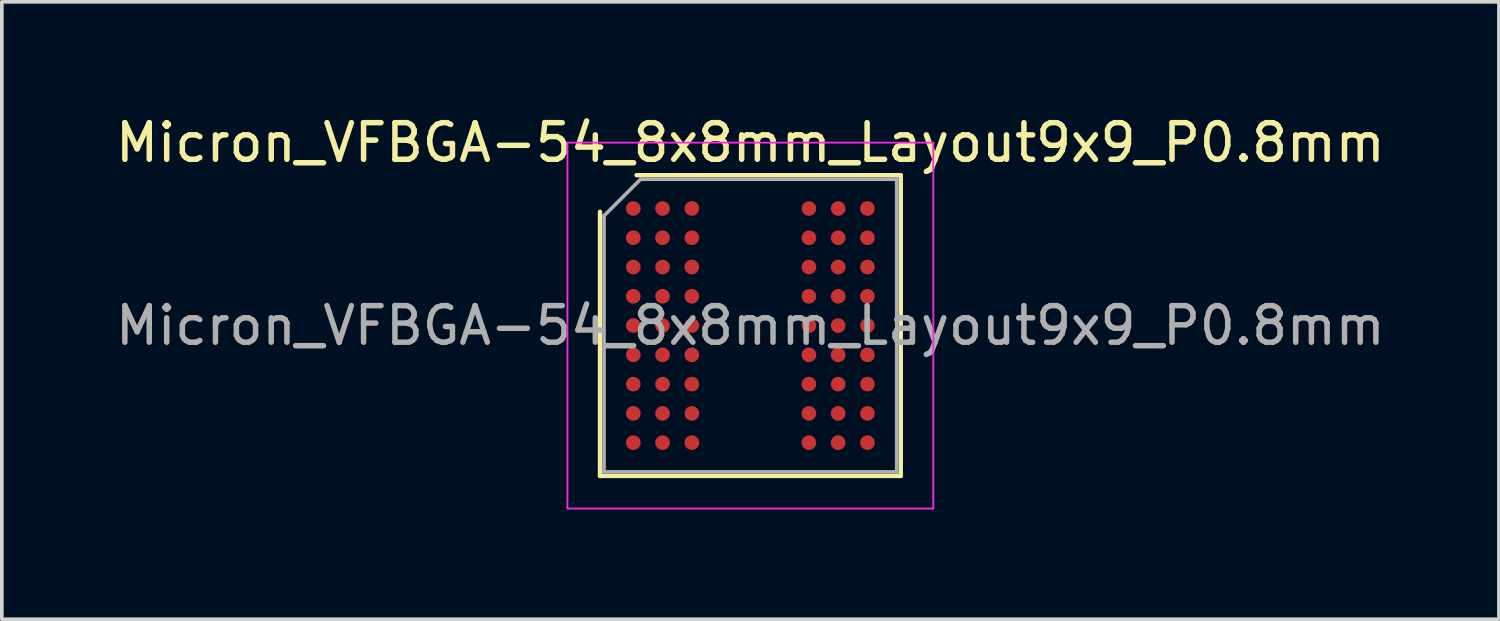
<source format=kicad_pcb>
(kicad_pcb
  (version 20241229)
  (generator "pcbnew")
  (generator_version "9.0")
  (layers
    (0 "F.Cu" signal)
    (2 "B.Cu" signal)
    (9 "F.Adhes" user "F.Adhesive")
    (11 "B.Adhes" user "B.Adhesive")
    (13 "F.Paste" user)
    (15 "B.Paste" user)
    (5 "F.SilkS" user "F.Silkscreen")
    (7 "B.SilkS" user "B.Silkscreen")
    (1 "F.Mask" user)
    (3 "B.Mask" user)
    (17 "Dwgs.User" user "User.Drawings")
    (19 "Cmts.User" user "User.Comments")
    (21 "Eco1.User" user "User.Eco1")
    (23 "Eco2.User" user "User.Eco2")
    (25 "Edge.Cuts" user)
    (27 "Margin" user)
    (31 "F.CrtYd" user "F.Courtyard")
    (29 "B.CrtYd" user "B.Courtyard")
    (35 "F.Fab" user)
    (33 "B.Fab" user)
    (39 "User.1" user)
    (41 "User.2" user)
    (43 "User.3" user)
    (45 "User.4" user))
  (footprint "Micron_VFBGA-54_8x8mm_Layout9x9_P0.8mm"
    (layer "F.Cu")
    (at 17.458 5.848)
    (property "Reference" "Micron_VFBGA-54_8x8mm_Layout9x9_P0.8mm" (at 0 -5 0) (layer "F.SilkS") (effects (font (size 1 1) (thickness 0.15))))
    (attr smd)
    (fp_line (start -4.11 4.11) (end -4.11 -3.11) (stroke (width 0.12) (type solid)) (layer "F.SilkS"))
    (fp_line (start -3.11 -4.11) (end 4.11 -4.11) (stroke (width 0.12) (type solid)) (layer "F.SilkS"))
    (fp_line (start 4.11 -4.11) (end 4.11 4.11) (stroke (width 0.12) (type solid)) (layer "F.SilkS"))
    (fp_line (start 4.11 4.11) (end -4.11 4.11) (stroke (width 0.12) (type solid)) (layer "F.SilkS"))
    (fp_line (start -5 -5) (end -5 5) (stroke (width 0.05) (type solid)) (layer "F.CrtYd"))
    (fp_line (start -5 5) (end 5 5) (stroke (width 0.05) (type solid)) (layer "F.CrtYd"))
    (fp_line (start 5 -5) (end -5 -5) (stroke (width 0.05) (type solid)) (layer "F.CrtYd"))
    (fp_line (start 5 5) (end 5 -5) (stroke (width 0.05) (type solid)) (layer "F.CrtYd"))
    (fp_line (start -4 -3) (end -3 -4) (stroke (width 0.1) (type solid)) (layer "F.Fab"))
    (fp_line (start -4 4) (end -4 -3) (stroke (width 0.1) (type solid)) (layer "F.Fab"))
    (fp_line (start -3 -4) (end 4 -4) (stroke (width 0.1) (type solid)) (layer "F.Fab"))
    (fp_line (start 4 -4) (end 4 4) (stroke (width 0.1) (type solid)) (layer "F.Fab"))
    (fp_line (start 4 4) (end -4 4) (stroke (width 0.1) (type solid)) (layer "F.Fab"))
    (fp_text user "${REFERENCE}" (at 0 0 0) (layer "F.Fab") (effects (font (size 1 1) (thickness 0.15))))
    (pad "A1" smd circle (at -3.2 -3.2) (size 0.4 0.4) (layers "F.Cu" "F.Mask" "F.Paste"))
    (pad "A2" smd circle (at -2.4 -3.2) (size 0.4 0.4) (layers "F.Cu" "F.Mask" "F.Paste"))
    (pad "A3" smd circle (at -1.6 -3.2) (size 0.4 0.4) (layers "F.Cu" "F.Mask" "F.Paste"))
    (pad "A7" smd circle (at 1.6 -3.2) (size 0.4 0.4) (layers "F.Cu" "F.Mask" "F.Paste"))
    (pad "A8" smd circle (at 2.4 -3.2) (size 0.4 0.4) (layers "F.Cu" "F.Mask" "F.Paste"))
    (pad "A9" smd circle (at 3.2 -3.2) (size 0.4 0.4) (layers "F.Cu" "F.Mask" "F.Paste"))
    (pad "B1" smd circle (at -3.2 -2.4) (size 0.4 0.4) (layers "F.Cu" "F.Mask" "F.Paste"))
    (pad "B2" smd circle (at -2.4 -2.4) (size 0.4 0.4) (layers "F.Cu" "F.Mask" "F.Paste"))
    (pad "B3" smd circle (at -1.6 -2.4) (size 0.4 0.4) (layers "F.Cu" "F.Mask" "F.Paste"))
    (pad "B7" smd circle (at 1.6 -2.4) (size 0.4 0.4) (layers "F.Cu" "F.Mask" "F.Paste"))
    (pad "B8" smd circle (at 2.4 -2.4) (size 0.4 0.4) (layers "F.Cu" "F.Mask" "F.Paste"))
    (pad "B9" smd circle (at 3.2 -2.4) (size 0.4 0.4) (layers "F.Cu" "F.Mask" "F.Paste"))
    (pad "C1" smd circle (at -3.2 -1.6) (size 0.4 0.4) (layers "F.Cu" "F.Mask" "F.Paste"))
    (pad "C2" smd circle (at -2.4 -1.6) (size 0.4 0.4) (layers "F.Cu" "F.Mask" "F.Paste"))
    (pad "C3" smd circle (at -1.6 -1.6) (size 0.4 0.4) (layers "F.Cu" "F.Mask" "F.Paste"))
    (pad "C7" smd circle (at 1.6 -1.6) (size 0.4 0.4) (layers "F.Cu" "F.Mask" "F.Paste"))
    (pad "C8" smd circle (at 2.4 -1.6) (size 0.4 0.4) (layers "F.Cu" "F.Mask" "F.Paste"))
    (pad "C9" smd circle (at 3.2 -1.6) (size 0.4 0.4) (layers "F.Cu" "F.Mask" "F.Paste"))
    (pad "D1" smd circle (at -3.2 -0.8) (size 0.4 0.4) (layers "F.Cu" "F.Mask" "F.Paste"))
    (pad "D2" smd circle (at -2.4 -0.8) (size 0.4 0.4) (layers "F.Cu" "F.Mask" "F.Paste"))
    (pad "D3" smd circle (at -1.6 -0.8) (size 0.4 0.4) (layers "F.Cu" "F.Mask" "F.Paste"))
    (pad "D7" smd circle (at 1.6 -0.8) (size 0.4 0.4) (layers "F.Cu" "F.Mask" "F.Paste"))
    (pad "D8" smd circle (at 2.4 -0.8) (size 0.4 0.4) (layers "F.Cu" "F.Mask" "F.Paste"))
    (pad "D9" smd circle (at 3.2 -0.8) (size 0.4 0.4) (layers "F.Cu" "F.Mask" "F.Paste"))
    (pad "E1" smd circle (at -3.2 0) (size 0.4 0.4) (layers "F.Cu" "F.Mask" "F.Paste"))
    (pad "E2" smd circle (at -2.4 0) (size 0.4 0.4) (layers "F.Cu" "F.Mask" "F.Paste"))
    (pad "E3" smd circle (at -1.6 0) (size 0.4 0.4) (layers "F.Cu" "F.Mask" "F.Paste"))
    (pad "E7" smd circle (at 1.6 0) (size 0.4 0.4) (layers "F.Cu" "F.Mask" "F.Paste"))
    (pad "E8" smd circle (at 2.4 0) (size 0.4 0.4) (layers "F.Cu" "F.Mask" "F.Paste"))
    (pad "E9" smd circle (at 3.2 0) (size 0.4 0.4) (layers "F.Cu" "F.Mask" "F.Paste"))
    (pad "F1" smd circle (at -3.2 0.8) (size 0.4 0.4) (layers "F.Cu" "F.Mask" "F.Paste"))
    (pad "F2" smd circle (at -2.4 0.8) (size 0.4 0.4) (layers "F.Cu" "F.Mask" "F.Paste"))
    (pad "F3" smd circle (at -1.6 0.8) (size 0.4 0.4) (layers "F.Cu" "F.Mask" "F.Paste"))
    (pad "F7" smd circle (at 1.6 0.8) (size 0.4 0.4) (layers "F.Cu" "F.Mask" "F.Paste"))
    (pad "F8" smd circle (at 2.4 0.8) (size 0.4 0.4) (layers "F.Cu" "F.Mask" "F.Paste"))
    (pad "F9" smd circle (at 3.2 0.8) (size 0.4 0.4) (layers "F.Cu" "F.Mask" "F.Paste"))
    (pad "G1" smd circle (at -3.2 1.6) (size 0.4 0.4) (layers "F.Cu" "F.Mask" "F.Paste"))
    (pad "G2" smd circle (at -2.4 1.6) (size 0.4 0.4) (layers "F.Cu" "F.Mask" "F.Paste"))
    (pad "G3" smd circle (at -1.6 1.6) (size 0.4 0.4) (layers "F.Cu" "F.Mask" "F.Paste"))
    (pad "G7" smd circle (at 1.6 1.6) (size 0.4 0.4) (layers "F.Cu" "F.Mask" "F.Paste"))
    (pad "G8" smd circle (at 2.4 1.6) (size 0.4 0.4) (layers "F.Cu" "F.Mask" "F.Paste"))
    (pad "G9" smd circle (at 3.2 1.6) (size 0.4 0.4) (layers "F.Cu" "F.Mask" "F.Paste"))
    (pad "H1" smd circle (at -3.2 2.4) (size 0.4 0.4) (layers "F.Cu" "F.Mask" "F.Paste"))
    (pad "H2" smd circle (at -2.4 2.4) (size 0.4 0.4) (layers "F.Cu" "F.Mask" "F.Paste"))
    (pad "H3" smd circle (at -1.6 2.4) (size 0.4 0.4) (layers "F.Cu" "F.Mask" "F.Paste"))
    (pad "H7" smd circle (at 1.6 2.4) (size 0.4 0.4) (layers "F.Cu" "F.Mask" "F.Paste"))
    (pad "H8" smd circle (at 2.4 2.4) (size 0.4 0.4) (layers "F.Cu" "F.Mask" "F.Paste"))
    (pad "H9" smd circle (at 3.2 2.4) (size 0.4 0.4) (layers "F.Cu" "F.Mask" "F.Paste"))
    (pad "J1" smd circle (at -3.2 3.2) (size 0.4 0.4) (layers "F.Cu" "F.Mask" "F.Paste"))
    (pad "J2" smd circle (at -2.4 3.2) (size 0.4 0.4) (layers "F.Cu" "F.Mask" "F.Paste"))
    (pad "J3" smd circle (at -1.6 3.2) (size 0.4 0.4) (layers "F.Cu" "F.Mask" "F.Paste"))
    (pad "J7" smd circle (at 1.6 3.2) (size 0.4 0.4) (layers "F.Cu" "F.Mask" "F.Paste"))
    (pad "J8" smd circle (at 2.4 3.2) (size 0.4 0.4) (layers "F.Cu" "F.Mask" "F.Paste"))
    (pad "J9" smd circle (at 3.2 3.2) (size 0.4 0.4) (layers "F.Cu" "F.Mask" "F.Paste")))
  (gr_rect
    (start -3 -3)
    (end 37.917 13.873)
    (stroke (width 0.1) (type default))
    (fill no)
    (layer "Edge.Cuts")))
</source>
